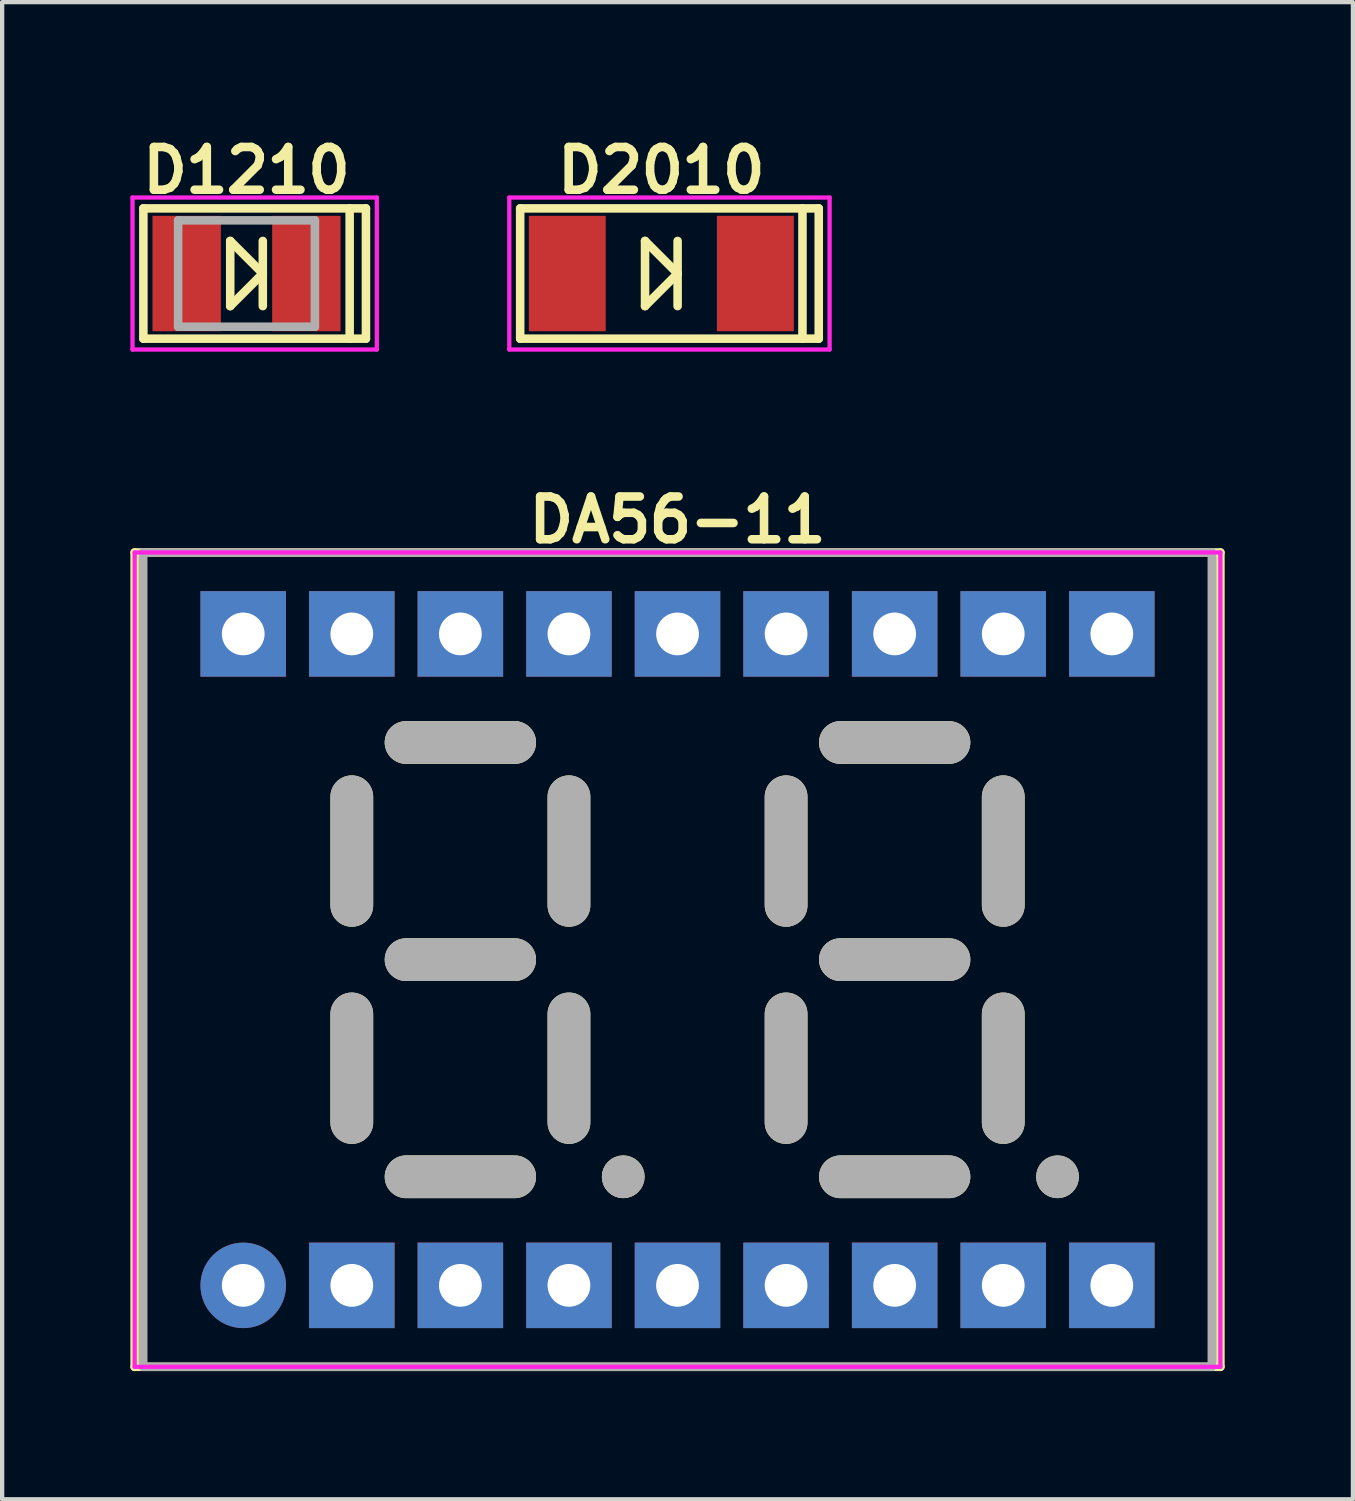
<source format=kicad_pcb>
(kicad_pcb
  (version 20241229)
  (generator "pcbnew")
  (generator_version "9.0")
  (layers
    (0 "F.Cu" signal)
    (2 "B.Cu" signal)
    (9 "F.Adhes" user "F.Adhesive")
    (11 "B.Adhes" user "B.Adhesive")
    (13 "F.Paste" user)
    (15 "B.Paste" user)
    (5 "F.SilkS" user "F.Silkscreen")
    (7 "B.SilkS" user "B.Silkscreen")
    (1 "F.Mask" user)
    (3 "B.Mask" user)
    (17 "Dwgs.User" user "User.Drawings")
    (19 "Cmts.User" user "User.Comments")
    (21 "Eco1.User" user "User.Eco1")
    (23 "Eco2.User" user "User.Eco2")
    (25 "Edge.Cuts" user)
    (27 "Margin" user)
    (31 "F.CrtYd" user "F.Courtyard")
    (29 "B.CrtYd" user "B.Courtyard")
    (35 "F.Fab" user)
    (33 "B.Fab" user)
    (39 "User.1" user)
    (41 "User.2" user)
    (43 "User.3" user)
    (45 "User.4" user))
  (footprint "D2010"
    (layer "F.Cu")
    (at 12.421 3.349)
    (property "Reference" "D2010" (at 0 -2.413 0) (layer "F.SilkS") (effects (font (size 1 1) (thickness 0.2))))
    (attr through_hole)
    (fp_line (start -3.302 -1.524) (end -3.302 1.524) (stroke (width 0.2) (type solid)) (layer "F.SilkS"))
    (fp_line (start -3.302 -1.524) (end 3.683 -1.524) (stroke (width 0.2) (type solid)) (layer "F.SilkS"))
    (fp_line (start -3.302 1.524) (end 3.683 1.524) (stroke (width 0.2) (type solid)) (layer "F.SilkS"))
    (fp_line (start -0.381 -0.762) (end -0.381 0.762) (stroke (width 0.2) (type solid)) (layer "F.SilkS"))
    (fp_line (start -0.381 -0.762) (end 0.381 0) (stroke (width 0.2) (type solid)) (layer "F.SilkS"))
    (fp_line (start 0.381 -0.762) (end 0.381 0.762) (stroke (width 0.2) (type solid)) (layer "F.SilkS"))
    (fp_line (start 0.381 0) (end -0.381 0.762) (stroke (width 0.2) (type solid)) (layer "F.SilkS"))
    (fp_line (start 3.302 -1.524) (end 3.302 1.524) (stroke (width 0.2) (type solid)) (layer "F.SilkS"))
    (fp_line (start 3.683 -1.524) (end 3.683 1.524) (stroke (width 0.2) (type solid)) (layer "F.SilkS"))
    (fp_line (start -3.556 -1.778) (end 3.937 -1.778) (stroke (width 0.1) (type solid)) (layer "F.CrtYd"))
    (fp_line (start -3.556 1.778) (end -3.556 -1.778) (stroke (width 0.1) (type solid)) (layer "F.CrtYd"))
    (fp_line (start 3.937 -1.778) (end 3.937 1.778) (stroke (width 0.1) (type solid)) (layer "F.CrtYd"))
    (fp_line (start 3.937 1.778) (end -3.556 1.778) (stroke (width 0.1) (type solid)) (layer "F.CrtYd"))
    (pad "A" smd rect (at -2.2 0) (size 1.8 2.7) (layers "F.Cu" "F.Mask" "F.Paste"))
    (pad "C" smd rect (at 2.2 0) (size 1.8 2.7) (layers "F.Cu" "F.Mask" "F.Paste")))
  (footprint "D1210"
    (layer "F.Cu")
    (at 2.717 3.349)
    (property "Reference" "D1210" (at 0 -2.413 0) (layer "F.SilkS") (effects (font (size 1 1) (thickness 0.2))))
    (attr through_hole)
    (fp_line (start -2.413 -1.524) (end -2.413 1.524) (stroke (width 0.2) (type solid)) (layer "F.SilkS"))
    (fp_line (start -2.413 -1.524) (end 2.794 -1.524) (stroke (width 0.2) (type solid)) (layer "F.SilkS"))
    (fp_line (start -2.413 1.524) (end 2.794 1.524) (stroke (width 0.2) (type solid)) (layer "F.SilkS"))
    (fp_line (start -0.381 -0.762) (end -0.381 0.762) (stroke (width 0.2) (type solid)) (layer "F.SilkS"))
    (fp_line (start -0.381 0.762) (end 0.381 0) (stroke (width 0.2) (type solid)) (layer "F.SilkS"))
    (fp_line (start 0.381 -0.762) (end 0.381 0.762) (stroke (width 0.2) (type solid)) (layer "F.SilkS"))
    (fp_line (start 0.381 0) (end -0.381 -0.762) (stroke (width 0.2) (type solid)) (layer "F.SilkS"))
    (fp_line (start 2.413 -1.524) (end 2.413 1.524) (stroke (width 0.2) (type solid)) (layer "F.SilkS"))
    (fp_line (start 2.794 -1.524) (end 2.794 1.524) (stroke (width 0.2) (type solid)) (layer "F.SilkS"))
    (fp_line (start -2.667 -1.778) (end 3.048 -1.778) (stroke (width 0.1) (type solid)) (layer "F.CrtYd"))
    (fp_line (start -2.667 1.778) (end -2.667 -1.778) (stroke (width 0.1) (type solid)) (layer "F.CrtYd"))
    (fp_line (start 3.048 -1.778) (end 3.048 1.778) (stroke (width 0.1) (type solid)) (layer "F.CrtYd"))
    (fp_line (start 3.048 1.778) (end -2.667 1.778) (stroke (width 0.1) (type solid)) (layer "F.CrtYd"))
    (fp_line (start -1.6 -1.245) (end -1.6 1.245) (stroke (width 0.2) (type solid)) (layer "F.Fab"))
    (fp_line (start -1.6 -1.245) (end 1.6 -1.245) (stroke (width 0.2) (type solid)) (layer "F.Fab"))
    (fp_line (start -1.6 1.245) (end 1.6 1.245) (stroke (width 0.2) (type solid)) (layer "F.Fab"))
    (fp_line (start 1.6 -1.245) (end 1.6 1.245) (stroke (width 0.2) (type solid)) (layer "F.Fab"))
    (pad "A" smd rect (at -1.4 0) (size 1.6 2.7) (layers "F.Cu" "F.Mask" "F.Paste"))
    (pad "C" smd rect (at 1.4 0) (size 1.6 2.7) (layers "F.Cu" "F.Mask" "F.Paste")))
  (footprint "DA56-11"
    (layer "F.Cu")
    (at 12.8 19.4)
    (property "Reference" "DA56-11" (at 0 -10.287 0) (layer "F.SilkS") (effects (font (size 1 1) (thickness 0.2))))
    (attr through_hole)
    (fp_line (start -12.7 -9.525) (end -12.7 9.525) (stroke (width 0.2) (type solid)) (layer "F.SilkS"))
    (fp_line (start -12.7 -9.525) (end 12.7 -9.525) (stroke (width 0.2) (type solid)) (layer "F.SilkS"))
    (fp_line (start -12.7 9.525) (end 12.7 9.525) (stroke (width 0.2) (type solid)) (layer "F.SilkS"))
    (fp_line (start -7.62 -3.81) (end -7.62 -1.27) (stroke (width 1) (type solid)) (layer "F.SilkS"))
    (fp_line (start -7.62 1.27) (end -7.62 3.81) (stroke (width 1) (type solid)) (layer "F.SilkS"))
    (fp_line (start -6.35 -5.08) (end -3.81 -5.08) (stroke (width 1) (type solid)) (layer "F.SilkS"))
    (fp_line (start -6.35 0) (end -3.81 0) (stroke (width 1) (type solid)) (layer "F.SilkS"))
    (fp_line (start -6.35 5.08) (end -3.81 5.08) (stroke (width 1) (type solid)) (layer "F.SilkS"))
    (fp_line (start -2.54 -3.81) (end -2.54 -1.27) (stroke (width 1) (type solid)) (layer "F.SilkS"))
    (fp_line (start -2.54 1.27) (end -2.54 3.81) (stroke (width 1) (type solid)) (layer "F.SilkS"))
    (fp_line (start 2.54 -3.81) (end 2.54 -1.27) (stroke (width 1) (type solid)) (layer "F.SilkS"))
    (fp_line (start 2.54 1.27) (end 2.54 3.81) (stroke (width 1) (type solid)) (layer "F.SilkS"))
    (fp_line (start 3.81 -5.08) (end 6.35 -5.08) (stroke (width 1) (type solid)) (layer "F.SilkS"))
    (fp_line (start 3.81 0) (end 6.35 0) (stroke (width 1) (type solid)) (layer "F.SilkS"))
    (fp_line (start 3.81 5.08) (end 6.35 5.08) (stroke (width 1) (type solid)) (layer "F.SilkS"))
    (fp_line (start 7.62 -3.81) (end 7.62 -1.27) (stroke (width 1) (type solid)) (layer "F.SilkS"))
    (fp_line (start 7.62 1.27) (end 7.62 3.81) (stroke (width 1) (type solid)) (layer "F.SilkS"))
    (fp_line (start 12.7 -9.525) (end 12.7 9.525) (stroke (width 0.2) (type solid)) (layer "F.SilkS"))
    (fp_circle (center -1.27 5.08) (end -1.02 5.08) (stroke (width 0.5) (type solid)) (fill no) (layer "F.SilkS"))
    (fp_circle (center 8.89 5.08) (end 9.14 5.08) (stroke (width 0.5) (type solid)) (fill no) (layer "F.SilkS"))
    (fp_line (start -12.7 -9.525) (end -12.7 9.525) (stroke (width 0.1) (type solid)) (layer "F.CrtYd"))
    (fp_line (start -12.7 -9.525) (end 12.7 -9.525) (stroke (width 0.1) (type solid)) (layer "F.CrtYd"))
    (fp_line (start -12.7 9.525) (end 12.7 9.525) (stroke (width 0.1) (type solid)) (layer "F.CrtYd"))
    (fp_line (start 12.7 -9.525) (end 12.7 9.525) (stroke (width 0.1) (type solid)) (layer "F.CrtYd"))
    (fp_line (start -12.5 -9.525) (end -12.5 9.525) (stroke (width 0.2) (type solid)) (layer "F.Fab"))
    (fp_line (start -12.5 -9.525) (end 12.5 -9.525) (stroke (width 0.2) (type solid)) (layer "F.Fab"))
    (fp_line (start -12.5 9.525) (end 12.5 9.525) (stroke (width 0.2) (type solid)) (layer "F.Fab"))
    (fp_line (start -7.62 -3.81) (end -7.62 -1.27) (stroke (width 1) (type solid)) (layer "F.Fab"))
    (fp_line (start -7.62 1.27) (end -7.62 3.81) (stroke (width 1) (type solid)) (layer "F.Fab"))
    (fp_line (start -6.35 -5.08) (end -3.81 -5.08) (stroke (width 1) (type solid)) (layer "F.Fab"))
    (fp_line (start -6.35 0) (end -3.81 0) (stroke (width 1) (type solid)) (layer "F.Fab"))
    (fp_line (start -6.35 5.08) (end -3.81 5.08) (stroke (width 1) (type solid)) (layer "F.Fab"))
    (fp_line (start -2.54 -3.81) (end -2.54 -1.27) (stroke (width 1) (type solid)) (layer "F.Fab"))
    (fp_line (start -2.54 1.27) (end -2.54 3.81) (stroke (width 1) (type solid)) (layer "F.Fab"))
    (fp_line (start 2.54 -3.81) (end 2.54 -1.27) (stroke (width 1) (type solid)) (layer "F.Fab"))
    (fp_line (start 2.54 1.27) (end 2.54 3.81) (stroke (width 1) (type solid)) (layer "F.Fab"))
    (fp_line (start 3.81 -5.08) (end 6.35 -5.08) (stroke (width 1) (type solid)) (layer "F.Fab"))
    (fp_line (start 3.81 0) (end 6.35 0) (stroke (width 1) (type solid)) (layer "F.Fab"))
    (fp_line (start 3.81 5.08) (end 6.35 5.08) (stroke (width 1) (type solid)) (layer "F.Fab"))
    (fp_line (start 7.62 -3.81) (end 7.62 -1.27) (stroke (width 1) (type solid)) (layer "F.Fab"))
    (fp_line (start 7.62 1.27) (end 7.62 3.81) (stroke (width 1) (type solid)) (layer "F.Fab"))
    (fp_line (start 12.5 -9.525) (end 12.5 9.525) (stroke (width 0.2) (type solid)) (layer "F.Fab"))
    (fp_circle (center -1.27 5.08) (end -1.02 5.08) (stroke (width 0.5) (type solid)) (fill no) (layer "F.Fab"))
    (fp_circle (center 8.89 5.08) (end 9.14 5.08) (stroke (width 0.5) (type solid)) (fill no) (layer "F.Fab"))
    (pad "A1" thru_hole rect (at 0 -7.62) (size 2 2) (drill 1) (layers "B.Cu" "B.Mask"))
    (pad "A2" thru_hole rect (at 2.54 -7.62) (size 2 2) (drill 1) (layers "B.Cu" "B.Mask"))
    (pad "C1A" thru_hole rect (at -5.08 -7.62) (size 2 2) (drill 1) (layers "B.Cu" "B.Mask"))
    (pad "C1B" thru_hole rect (at -2.54 -7.62) (size 2 2) (drill 1) (layers "B.Cu" "B.Mask"))
    (pad "C1C" thru_hole rect (at -5.08 7.62) (size 2 2) (drill 1) (layers "B.Cu" "B.Mask"))
    (pad "C1D" thru_hole rect (at -7.62 7.62) (size 2 2) (drill 1) (layers "B.Cu" "B.Mask"))
    (pad "C1E" thru_hole circle (at -10.16 7.62) (size 2 2) (drill 1) (layers "B.Cu" "B.Mask"))
    (pad "C1F" thru_hole rect (at -10.16 -7.62) (size 2 2) (drill 1) (layers "B.Cu" "B.Mask"))
    (pad "C1G" thru_hole rect (at -7.62 -7.62) (size 2 2) (drill 1) (layers "B.Cu" "B.Mask"))
    (pad "C1H" thru_hole rect (at -2.54 7.62) (size 2 2) (drill 1) (layers "B.Cu" "B.Mask"))
    (pad "C2A" thru_hole rect (at 7.62 -7.62) (size 2 2) (drill 1) (layers "B.Cu" "B.Mask"))
    (pad "C2B" thru_hole rect (at 10.16 -7.62) (size 2 2) (drill 1) (layers "B.Cu" "B.Mask"))
    (pad "C2C" thru_hole rect (at 7.62 7.62) (size 2 2) (drill 1) (layers "B.Cu" "B.Mask"))
    (pad "C2D" thru_hole rect (at 2.54 7.62) (size 2 2) (drill 1) (layers "B.Cu" "B.Mask"))
    (pad "C2E" thru_hole rect (at 0 7.62) (size 2 2) (drill 1) (layers "B.Cu" "B.Mask"))
    (pad "C2F" thru_hole rect (at 5.08 -7.62) (size 2 2) (drill 1) (layers "B.Cu" "B.Mask"))
    (pad "C2G" thru_hole rect (at 5.08 7.62) (size 2 2) (drill 1) (layers "B.Cu" "B.Mask"))
    (pad "C2H" thru_hole rect (at 10.16 7.62) (size 2 2) (drill 1) (layers "B.Cu" "B.Mask")))
  (gr_rect
    (start -3 -3)
    (end 28.6 32.025)
    (stroke (width 0.1) (type default))
    (fill no)
    (layer "Edge.Cuts")))
</source>
